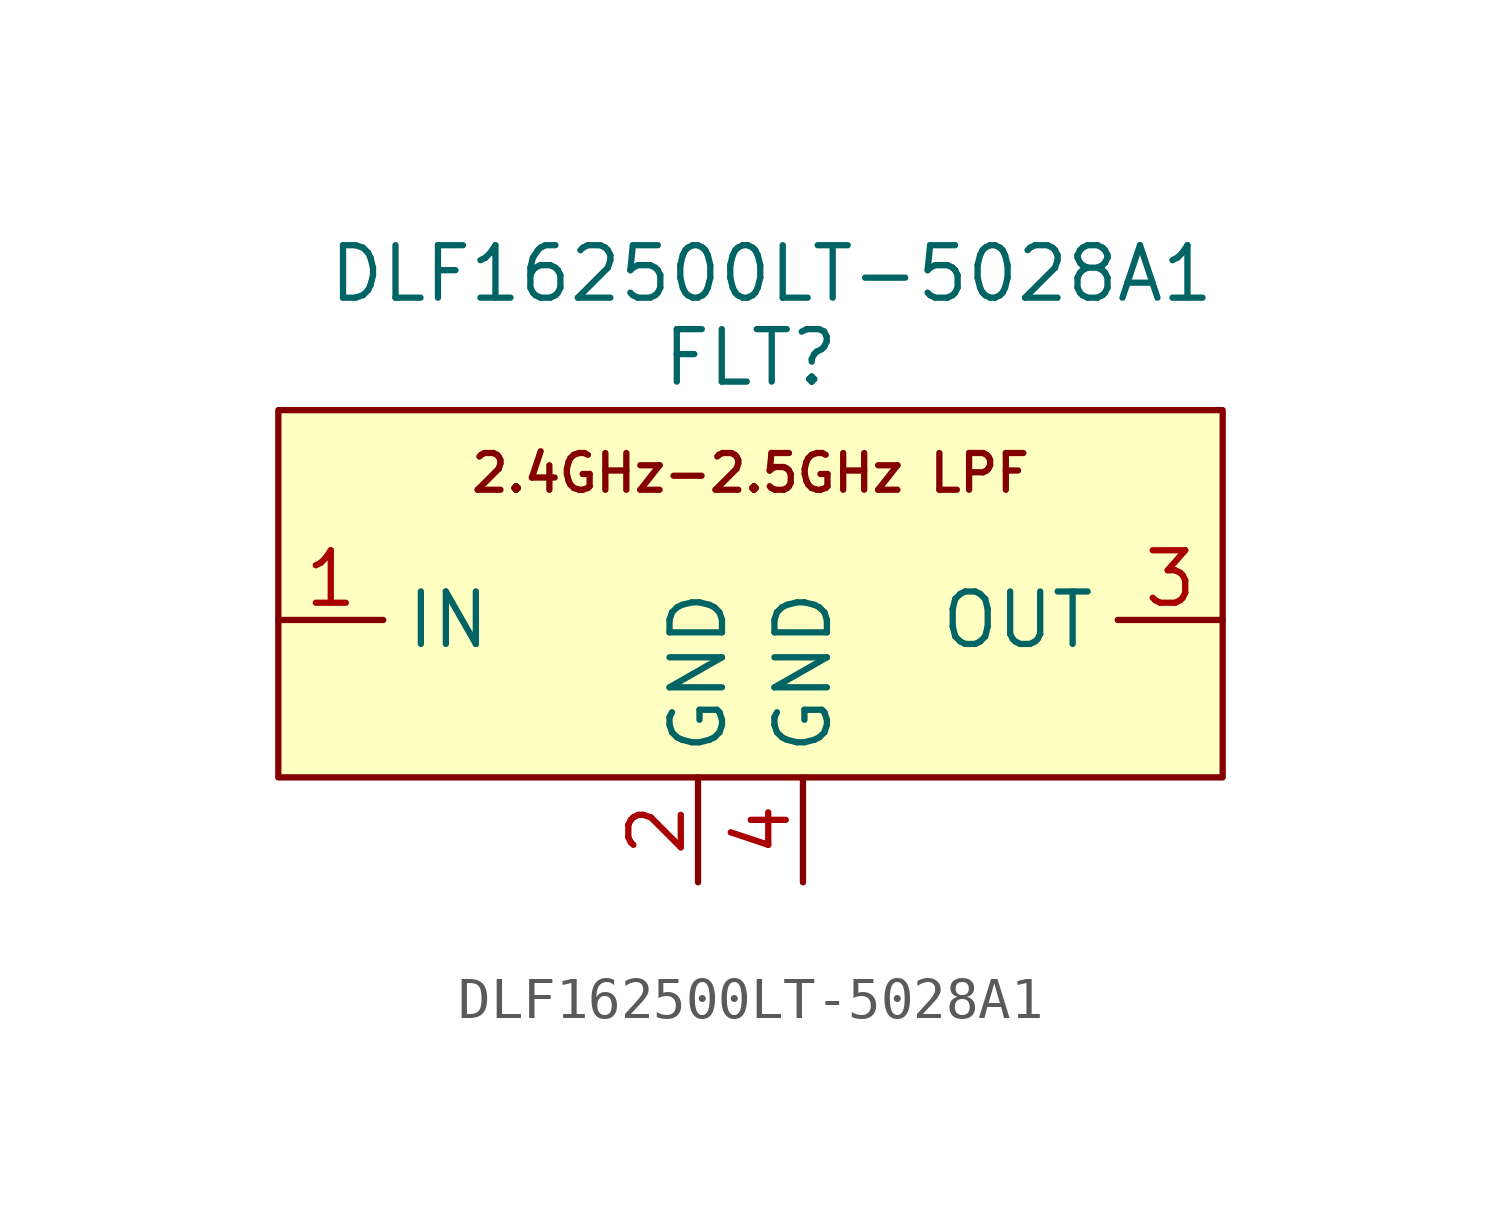
<source format=kicad_sym>
(kicad_symbol_lib
  (version 20241209)
  (generator "kicad_symbol_editor")
  (generator_version "9.0")
  (symbol "DLF162500LT-5028A1"
    (property "Reference" "FLT"
      (at 0 6.35 0)
      (effects (font (size 1.27 1.27))))
    (property "Value" "DLF162500LT-5028A1"
      (at 0.508 8.382 0)
      (effects (font (size 1.27 1.27))))
    (symbol "DLF162500LT-5028A1_0_0"
      (pin passive line (at -11.43 0 0) (length 2.54) (name "IN" (effects (font (size 1.27 1.27)))) (number "1" (effects (font (size 1.27 1.27)))))
      (pin passive line (at -1.27 -6.35 90) (length 2.54) (name "GND" (effects (font (size 1.27 1.27)))) (number "2" (effects (font (size 1.27 1.27)))))
      (pin passive line (at 1.27 -6.35 90) (length 2.54) (name "GND" (effects (font (size 1.27 1.27)))) (number "4" (effects (font (size 1.27 1.27)))))
      (pin passive line (at 11.43 0 180) (length 2.54) (name "OUT" (effects (font (size 1.27 1.27)))) (number "3" (effects (font (size 1.27 1.27))))))
    (symbol "DLF162500LT-5028A1_1_1"
      (rectangle (start -11.43 5.08) (end 11.43 -3.81) (stroke (width 0) (type solid)) (fill (type background)))
      (text "2.4GHz-2.5GHz LPF" (at 0 3.556 0) (effects (font (size 0.889 0.889)))))))
</source>
